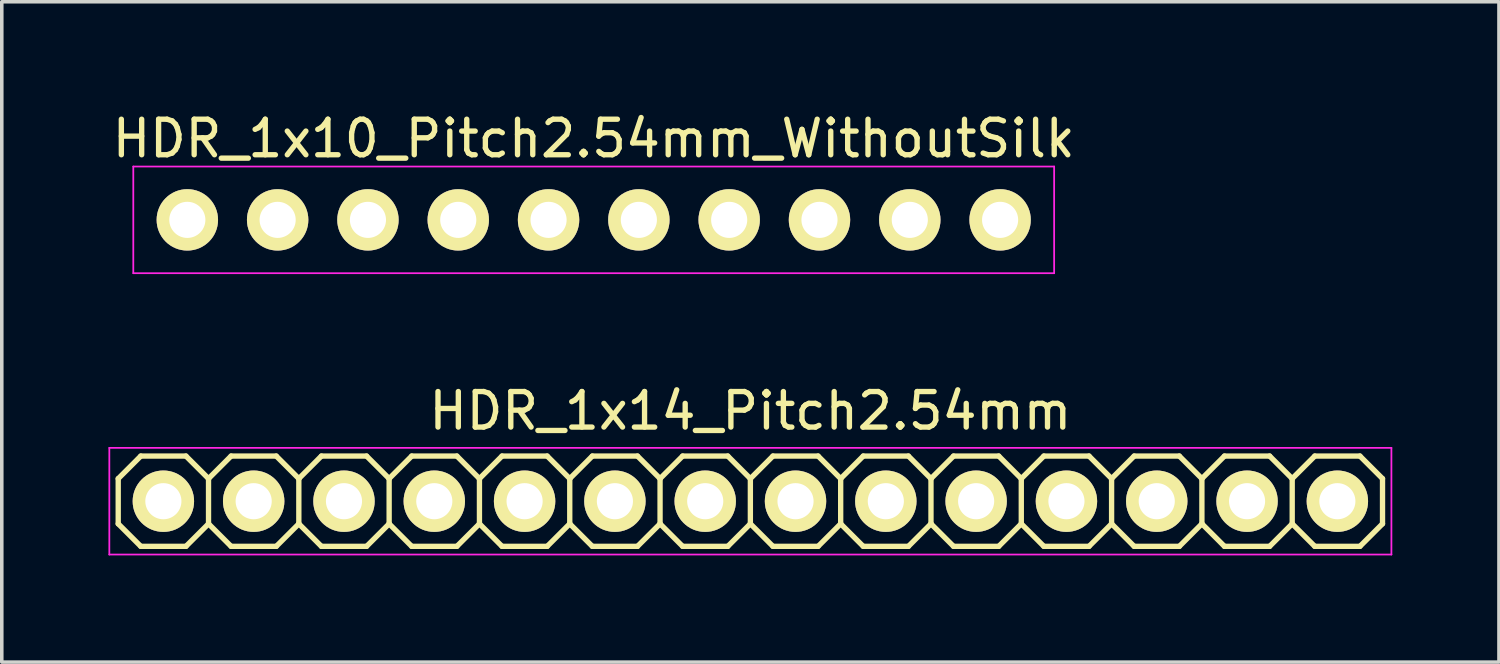
<source format=kicad_pcb>
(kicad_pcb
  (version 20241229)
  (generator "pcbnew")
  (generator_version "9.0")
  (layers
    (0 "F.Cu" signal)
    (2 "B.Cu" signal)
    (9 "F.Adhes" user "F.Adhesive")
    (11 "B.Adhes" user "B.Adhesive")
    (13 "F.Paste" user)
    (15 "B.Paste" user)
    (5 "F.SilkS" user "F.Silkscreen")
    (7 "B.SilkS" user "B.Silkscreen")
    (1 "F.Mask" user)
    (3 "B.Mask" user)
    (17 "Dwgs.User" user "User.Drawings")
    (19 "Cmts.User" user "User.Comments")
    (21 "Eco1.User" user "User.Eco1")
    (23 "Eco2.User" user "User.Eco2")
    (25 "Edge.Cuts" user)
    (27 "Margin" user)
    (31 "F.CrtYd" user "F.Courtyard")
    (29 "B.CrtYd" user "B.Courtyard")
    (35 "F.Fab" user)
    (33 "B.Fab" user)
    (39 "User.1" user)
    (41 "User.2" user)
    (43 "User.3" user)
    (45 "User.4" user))
  (footprint "HDR_1x14_Pitch2.54mm"
    (layer "F.Cu")
    (at 18.055 11.047)
    (property "Reference" "HDR_1x14_Pitch2.54mm" (at 0 -2.54 0) (layer "F.SilkS") (effects (font (size 1 1) (thickness 0.15))))
    (attr through_hole)
    (fp_line (start -17.78 -0.635) (end -17.78 0.635) (stroke (width 0.15) (type solid)) (layer "F.SilkS"))
    (fp_line (start -17.78 0.635) (end -17.145 1.27) (stroke (width 0.15) (type solid)) (layer "F.SilkS"))
    (fp_line (start -17.145 -1.27) (end -17.78 -0.635) (stroke (width 0.15) (type solid)) (layer "F.SilkS"))
    (fp_line (start -17.145 1.27) (end -15.875 1.27) (stroke (width 0.15) (type solid)) (layer "F.SilkS"))
    (fp_line (start -15.875 -1.27) (end -17.145 -1.27) (stroke (width 0.15) (type solid)) (layer "F.SilkS"))
    (fp_line (start -15.875 1.27) (end -15.24 0.635) (stroke (width 0.15) (type solid)) (layer "F.SilkS"))
    (fp_line (start -15.24 -0.635) (end -15.875 -1.27) (stroke (width 0.15) (type solid)) (layer "F.SilkS"))
    (fp_line (start -15.24 -0.635) (end -15.24 0.635) (stroke (width 0.15) (type solid)) (layer "F.SilkS"))
    (fp_line (start -15.24 -0.635) (end -14.605 -1.27) (stroke (width 0.15) (type solid)) (layer "F.SilkS"))
    (fp_line (start -14.605 -1.27) (end -13.335 -1.27) (stroke (width 0.15) (type solid)) (layer "F.SilkS"))
    (fp_line (start -14.605 1.27) (end -15.24 0.635) (stroke (width 0.15) (type solid)) (layer "F.SilkS"))
    (fp_line (start -13.335 -1.27) (end -12.7 -0.635) (stroke (width 0.15) (type solid)) (layer "F.SilkS"))
    (fp_line (start -13.335 1.27) (end -14.605 1.27) (stroke (width 0.15) (type solid)) (layer "F.SilkS"))
    (fp_line (start -12.7 -0.635) (end -12.7 0.635) (stroke (width 0.15) (type solid)) (layer "F.SilkS"))
    (fp_line (start -12.7 -0.635) (end -12.065 -1.27) (stroke (width 0.15) (type solid)) (layer "F.SilkS"))
    (fp_line (start -12.7 0.635) (end -13.335 1.27) (stroke (width 0.15) (type solid)) (layer "F.SilkS"))
    (fp_line (start -12.065 -1.27) (end -10.795 -1.27) (stroke (width 0.15) (type solid)) (layer "F.SilkS"))
    (fp_line (start -12.065 1.27) (end -12.7 0.635) (stroke (width 0.15) (type solid)) (layer "F.SilkS"))
    (fp_line (start -10.795 -1.27) (end -10.16 -0.635) (stroke (width 0.15) (type solid)) (layer "F.SilkS"))
    (fp_line (start -10.795 1.27) (end -12.065 1.27) (stroke (width 0.15) (type solid)) (layer "F.SilkS"))
    (fp_line (start -10.16 -0.635) (end -10.16 0.635) (stroke (width 0.15) (type solid)) (layer "F.SilkS"))
    (fp_line (start -10.16 -0.635) (end -9.525 -1.27) (stroke (width 0.15) (type solid)) (layer "F.SilkS"))
    (fp_line (start -10.16 0.635) (end -10.795 1.27) (stroke (width 0.15) (type solid)) (layer "F.SilkS"))
    (fp_line (start -9.525 -1.27) (end -8.255 -1.27) (stroke (width 0.15) (type solid)) (layer "F.SilkS"))
    (fp_line (start -9.525 1.27) (end -10.16 0.635) (stroke (width 0.15) (type solid)) (layer "F.SilkS"))
    (fp_line (start -8.255 -1.27) (end -7.62 -0.635) (stroke (width 0.15) (type solid)) (layer "F.SilkS"))
    (fp_line (start -8.255 1.27) (end -9.525 1.27) (stroke (width 0.15) (type solid)) (layer "F.SilkS"))
    (fp_line (start -7.62 -0.635) (end -7.62 0.635) (stroke (width 0.15) (type solid)) (layer "F.SilkS"))
    (fp_line (start -7.62 -0.635) (end -6.985 -1.27) (stroke (width 0.15) (type solid)) (layer "F.SilkS"))
    (fp_line (start -7.62 0.635) (end -8.255 1.27) (stroke (width 0.15) (type solid)) (layer "F.SilkS"))
    (fp_line (start -6.985 -1.27) (end -5.715 -1.27) (stroke (width 0.15) (type solid)) (layer "F.SilkS"))
    (fp_line (start -6.985 1.27) (end -7.62 0.635) (stroke (width 0.15) (type solid)) (layer "F.SilkS"))
    (fp_line (start -5.715 -1.27) (end -5.08 -0.635) (stroke (width 0.15) (type solid)) (layer "F.SilkS"))
    (fp_line (start -5.715 1.27) (end -6.985 1.27) (stroke (width 0.15) (type solid)) (layer "F.SilkS"))
    (fp_line (start -5.08 -0.635) (end -5.08 0.635) (stroke (width 0.15) (type solid)) (layer "F.SilkS"))
    (fp_line (start -5.08 -0.635) (end -4.445 -1.27) (stroke (width 0.15) (type solid)) (layer "F.SilkS"))
    (fp_line (start -5.08 0.635) (end -5.715 1.27) (stroke (width 0.15) (type solid)) (layer "F.SilkS"))
    (fp_line (start -4.445 -1.27) (end -3.175 -1.27) (stroke (width 0.15) (type solid)) (layer "F.SilkS"))
    (fp_line (start -4.445 1.27) (end -5.08 0.635) (stroke (width 0.15) (type solid)) (layer "F.SilkS"))
    (fp_line (start -3.175 -1.27) (end -2.54 -0.635) (stroke (width 0.15) (type solid)) (layer "F.SilkS"))
    (fp_line (start -3.175 1.27) (end -4.445 1.27) (stroke (width 0.15) (type solid)) (layer "F.SilkS"))
    (fp_line (start -2.54 -0.635) (end -2.54 0.635) (stroke (width 0.15) (type solid)) (layer "F.SilkS"))
    (fp_line (start -2.54 -0.635) (end -1.905 -1.27) (stroke (width 0.15) (type solid)) (layer "F.SilkS"))
    (fp_line (start -2.54 0.635) (end -3.175 1.27) (stroke (width 0.15) (type solid)) (layer "F.SilkS"))
    (fp_line (start -1.905 -1.27) (end -0.635 -1.27) (stroke (width 0.15) (type solid)) (layer "F.SilkS"))
    (fp_line (start -1.905 1.27) (end -2.54 0.635) (stroke (width 0.15) (type solid)) (layer "F.SilkS"))
    (fp_line (start -0.635 -1.27) (end 0 -0.635) (stroke (width 0.15) (type solid)) (layer "F.SilkS"))
    (fp_line (start -0.635 1.27) (end -1.905 1.27) (stroke (width 0.15) (type solid)) (layer "F.SilkS"))
    (fp_line (start 0 -0.635) (end 0 0.635) (stroke (width 0.15) (type solid)) (layer "F.SilkS"))
    (fp_line (start 0 -0.635) (end 0.635 -1.27) (stroke (width 0.15) (type solid)) (layer "F.SilkS"))
    (fp_line (start 0 0.635) (end -0.635 1.27) (stroke (width 0.15) (type solid)) (layer "F.SilkS"))
    (fp_line (start 0.635 -1.27) (end 1.905 -1.27) (stroke (width 0.15) (type solid)) (layer "F.SilkS"))
    (fp_line (start 0.635 1.27) (end 0 0.635) (stroke (width 0.15) (type solid)) (layer "F.SilkS"))
    (fp_line (start 1.905 -1.27) (end 2.54 -0.635) (stroke (width 0.15) (type solid)) (layer "F.SilkS"))
    (fp_line (start 1.905 1.27) (end 0.635 1.27) (stroke (width 0.15) (type solid)) (layer "F.SilkS"))
    (fp_line (start 2.54 -0.635) (end 2.54 0.635) (stroke (width 0.15) (type solid)) (layer "F.SilkS"))
    (fp_line (start 2.54 -0.635) (end 3.175 -1.27) (stroke (width 0.15) (type solid)) (layer "F.SilkS"))
    (fp_line (start 2.54 0.635) (end 1.905 1.27) (stroke (width 0.15) (type solid)) (layer "F.SilkS"))
    (fp_line (start 3.175 -1.27) (end 4.445 -1.27) (stroke (width 0.15) (type solid)) (layer "F.SilkS"))
    (fp_line (start 3.175 1.27) (end 2.54 0.635) (stroke (width 0.15) (type solid)) (layer "F.SilkS"))
    (fp_line (start 4.445 -1.27) (end 5.08 -0.635) (stroke (width 0.15) (type solid)) (layer "F.SilkS"))
    (fp_line (start 4.445 1.27) (end 3.175 1.27) (stroke (width 0.15) (type solid)) (layer "F.SilkS"))
    (fp_line (start 5.08 -0.635) (end 5.08 0.635) (stroke (width 0.15) (type solid)) (layer "F.SilkS"))
    (fp_line (start 5.08 -0.635) (end 5.715 -1.27) (stroke (width 0.15) (type solid)) (layer "F.SilkS"))
    (fp_line (start 5.08 0.635) (end 4.445 1.27) (stroke (width 0.15) (type solid)) (layer "F.SilkS"))
    (fp_line (start 5.715 -1.27) (end 6.985 -1.27) (stroke (width 0.15) (type solid)) (layer "F.SilkS"))
    (fp_line (start 5.715 1.27) (end 5.08 0.635) (stroke (width 0.15) (type solid)) (layer "F.SilkS"))
    (fp_line (start 6.985 -1.27) (end 7.62 -0.635) (stroke (width 0.15) (type solid)) (layer "F.SilkS"))
    (fp_line (start 6.985 1.27) (end 5.715 1.27) (stroke (width 0.15) (type solid)) (layer "F.SilkS"))
    (fp_line (start 7.62 -0.635) (end 7.62 0.635) (stroke (width 0.15) (type solid)) (layer "F.SilkS"))
    (fp_line (start 7.62 -0.635) (end 8.255 -1.27) (stroke (width 0.15) (type solid)) (layer "F.SilkS"))
    (fp_line (start 7.62 0.635) (end 6.985 1.27) (stroke (width 0.15) (type solid)) (layer "F.SilkS"))
    (fp_line (start 7.62 0.635) (end 8.255 1.27) (stroke (width 0.15) (type solid)) (layer "F.SilkS"))
    (fp_line (start 8.255 -1.27) (end 9.525 -1.27) (stroke (width 0.15) (type solid)) (layer "F.SilkS"))
    (fp_line (start 8.255 1.27) (end 9.525 1.27) (stroke (width 0.15) (type solid)) (layer "F.SilkS"))
    (fp_line (start 9.525 -1.27) (end 10.16 -0.635) (stroke (width 0.15) (type solid)) (layer "F.SilkS"))
    (fp_line (start 9.525 1.27) (end 10.16 0.635) (stroke (width 0.15) (type solid)) (layer "F.SilkS"))
    (fp_line (start 10.16 -0.635) (end 10.16 0.635) (stroke (width 0.15) (type solid)) (layer "F.SilkS"))
    (fp_line (start 10.16 -0.635) (end 10.795 -1.27) (stroke (width 0.15) (type solid)) (layer "F.SilkS"))
    (fp_line (start 10.16 0.635) (end 10.795 1.27) (stroke (width 0.15) (type solid)) (layer "F.SilkS"))
    (fp_line (start 10.795 -1.27) (end 12.065 -1.27) (stroke (width 0.15) (type solid)) (layer "F.SilkS"))
    (fp_line (start 10.795 1.27) (end 12.065 1.27) (stroke (width 0.15) (type solid)) (layer "F.SilkS"))
    (fp_line (start 12.065 -1.27) (end 12.7 -0.635) (stroke (width 0.15) (type solid)) (layer "F.SilkS"))
    (fp_line (start 12.065 1.27) (end 12.7 0.635) (stroke (width 0.15) (type solid)) (layer "F.SilkS"))
    (fp_line (start 12.7 -0.635) (end 12.7 0.635) (stroke (width 0.15) (type solid)) (layer "F.SilkS"))
    (fp_line (start 12.7 -0.635) (end 13.335 -1.27) (stroke (width 0.15) (type solid)) (layer "F.SilkS"))
    (fp_line (start 12.7 0.635) (end 13.335 1.27) (stroke (width 0.15) (type solid)) (layer "F.SilkS"))
    (fp_line (start 13.335 -1.27) (end 14.605 -1.27) (stroke (width 0.15) (type solid)) (layer "F.SilkS"))
    (fp_line (start 13.335 1.27) (end 14.605 1.27) (stroke (width 0.15) (type solid)) (layer "F.SilkS"))
    (fp_line (start 14.605 -1.27) (end 15.24 -0.635) (stroke (width 0.15) (type solid)) (layer "F.SilkS"))
    (fp_line (start 14.605 1.27) (end 15.24 0.635) (stroke (width 0.15) (type solid)) (layer "F.SilkS"))
    (fp_line (start 15.24 -0.635) (end 15.24 0.635) (stroke (width 0.15) (type solid)) (layer "F.SilkS"))
    (fp_line (start 15.24 -0.635) (end 15.875 -1.27) (stroke (width 0.15) (type solid)) (layer "F.SilkS"))
    (fp_line (start 15.24 0.635) (end 15.875 1.27) (stroke (width 0.15) (type solid)) (layer "F.SilkS"))
    (fp_line (start 15.875 -1.27) (end 17.145 -1.27) (stroke (width 0.15) (type solid)) (layer "F.SilkS"))
    (fp_line (start 15.875 1.27) (end 17.145 1.27) (stroke (width 0.15) (type solid)) (layer "F.SilkS"))
    (fp_line (start 17.145 -1.27) (end 17.78 -0.635) (stroke (width 0.15) (type solid)) (layer "F.SilkS"))
    (fp_line (start 17.145 1.27) (end 17.78 0.635) (stroke (width 0.15) (type solid)) (layer "F.SilkS"))
    (fp_line (start 17.78 -0.635) (end 17.78 0.635) (stroke (width 0.15) (type solid)) (layer "F.SilkS"))
    (fp_line (start -18.03 -1.5) (end -18.03 1.5) (stroke (width 0.05) (type solid)) (layer "F.CrtYd"))
    (fp_line (start -18.03 1.5) (end 18.03 1.5) (stroke (width 0.05) (type solid)) (layer "F.CrtYd"))
    (fp_line (start 18.03 -1.5) (end -18.03 -1.5) (stroke (width 0.05) (type solid)) (layer "F.CrtYd"))
    (fp_line (start 18.03 1.5) (end 18.03 -1.5) (stroke (width 0.05) (type solid)) (layer "F.CrtYd"))
    (pad "1" thru_hole oval (at -16.51 0) (size 1.727 1.727) (drill 1.016) (layers "*.Cu" "*.Mask" "F.SilkS"))
    (pad "2" thru_hole oval (at -13.97 0) (size 1.727 1.727) (drill 1.016) (layers "*.Cu" "*.Mask" "F.SilkS"))
    (pad "3" thru_hole oval (at -11.43 0) (size 1.727 1.727) (drill 1.016) (layers "*.Cu" "*.Mask" "F.SilkS"))
    (pad "4" thru_hole oval (at -8.89 0) (size 1.727 1.727) (drill 1.016) (layers "*.Cu" "*.Mask" "F.SilkS"))
    (pad "5" thru_hole oval (at -6.35 0) (size 1.727 1.727) (drill 1.016) (layers "*.Cu" "*.Mask" "F.SilkS"))
    (pad "6" thru_hole oval (at -3.81 0) (size 1.727 1.727) (drill 1.016) (layers "*.Cu" "*.Mask" "F.SilkS"))
    (pad "7" thru_hole oval (at -1.27 0) (size 1.727 1.727) (drill 1.016) (layers "*.Cu" "*.Mask" "F.SilkS"))
    (pad "8" thru_hole oval (at 1.27 0) (size 1.727 1.727) (drill 1.016) (layers "*.Cu" "*.Mask" "F.SilkS"))
    (pad "9" thru_hole oval (at 3.81 0) (size 1.727 1.727) (drill 1.016) (layers "*.Cu" "*.Mask" "F.SilkS"))
    (pad "10" thru_hole oval (at 6.35 0) (size 1.727 1.727) (drill 1.016) (layers "*.Cu" "*.Mask" "F.SilkS"))
    (pad "11" thru_hole oval (at 8.89 0) (size 1.727 1.727) (drill 1.016) (layers "*.Cu" "*.Mask" "F.SilkS"))
    (pad "12" thru_hole oval (at 11.43 0) (size 1.727 1.727) (drill 1.016) (layers "*.Cu" "*.Mask" "F.SilkS"))
    (pad "13" thru_hole oval (at 13.97 0) (size 1.727 1.727) (drill 1.016) (layers "*.Cu" "*.Mask" "F.SilkS"))
    (pad "14" thru_hole oval (at 16.51 0) (size 1.727 1.727) (drill 1.016) (layers "*.Cu" "*.Mask" "F.SilkS")))
  (footprint "HDR_1x10_Pitch2.54mm_WithoutSilk"
    (layer "F.Cu")
    (at 13.649 3.134)
    (property "Reference" "HDR_1x10_Pitch2.54mm_WithoutSilk" (at 0 -2.286 0) (layer "F.SilkS") (effects (font (size 1 1) (thickness 0.15))))
    (attr through_hole)
    (fp_line (start -12.95 -1.5) (end -12.95 1.5) (stroke (width 0.05) (type solid)) (layer "F.CrtYd"))
    (fp_line (start -12.95 1.5) (end 12.95 1.5) (stroke (width 0.05) (type solid)) (layer "F.CrtYd"))
    (fp_line (start 12.95 -1.5) (end -12.95 -1.5) (stroke (width 0.05) (type solid)) (layer "F.CrtYd"))
    (fp_line (start 12.95 1.5) (end 12.95 -1.5) (stroke (width 0.05) (type solid)) (layer "F.CrtYd"))
    (pad "1" thru_hole oval (at -11.43 0) (size 1.727 1.727) (drill 1.016) (layers "*.Cu" "*.Mask" "F.SilkS"))
    (pad "2" thru_hole oval (at -8.89 0) (size 1.727 1.727) (drill 1.016) (layers "*.Cu" "*.Mask" "F.SilkS"))
    (pad "3" thru_hole oval (at -6.35 0) (size 1.727 1.727) (drill 1.016) (layers "*.Cu" "*.Mask" "F.SilkS"))
    (pad "4" thru_hole oval (at -3.81 0) (size 1.727 1.727) (drill 1.016) (layers "*.Cu" "*.Mask" "F.SilkS"))
    (pad "5" thru_hole oval (at -1.27 0) (size 1.727 1.727) (drill 1.016) (layers "*.Cu" "*.Mask" "F.SilkS"))
    (pad "6" thru_hole oval (at 1.27 0) (size 1.727 1.727) (drill 1.016) (layers "*.Cu" "*.Mask" "F.SilkS"))
    (pad "7" thru_hole oval (at 3.81 0) (size 1.727 1.727) (drill 1.016) (layers "*.Cu" "*.Mask" "F.SilkS"))
    (pad "8" thru_hole oval (at 6.35 0) (size 1.727 1.727) (drill 1.016) (layers "*.Cu" "*.Mask" "F.SilkS"))
    (pad "9" thru_hole oval (at 8.89 0) (size 1.727 1.727) (drill 1.016) (layers "*.Cu" "*.Mask" "F.SilkS"))
    (pad "10" thru_hole oval (at 11.43 0) (size 1.727 1.727) (drill 1.016) (layers "*.Cu" "*.Mask" "F.SilkS")))
  (gr_rect
    (start -3 -3)
    (end 39.11 15.572)
    (stroke (width 0.1) (type default))
    (fill no)
    (layer "Edge.Cuts")))
</source>
